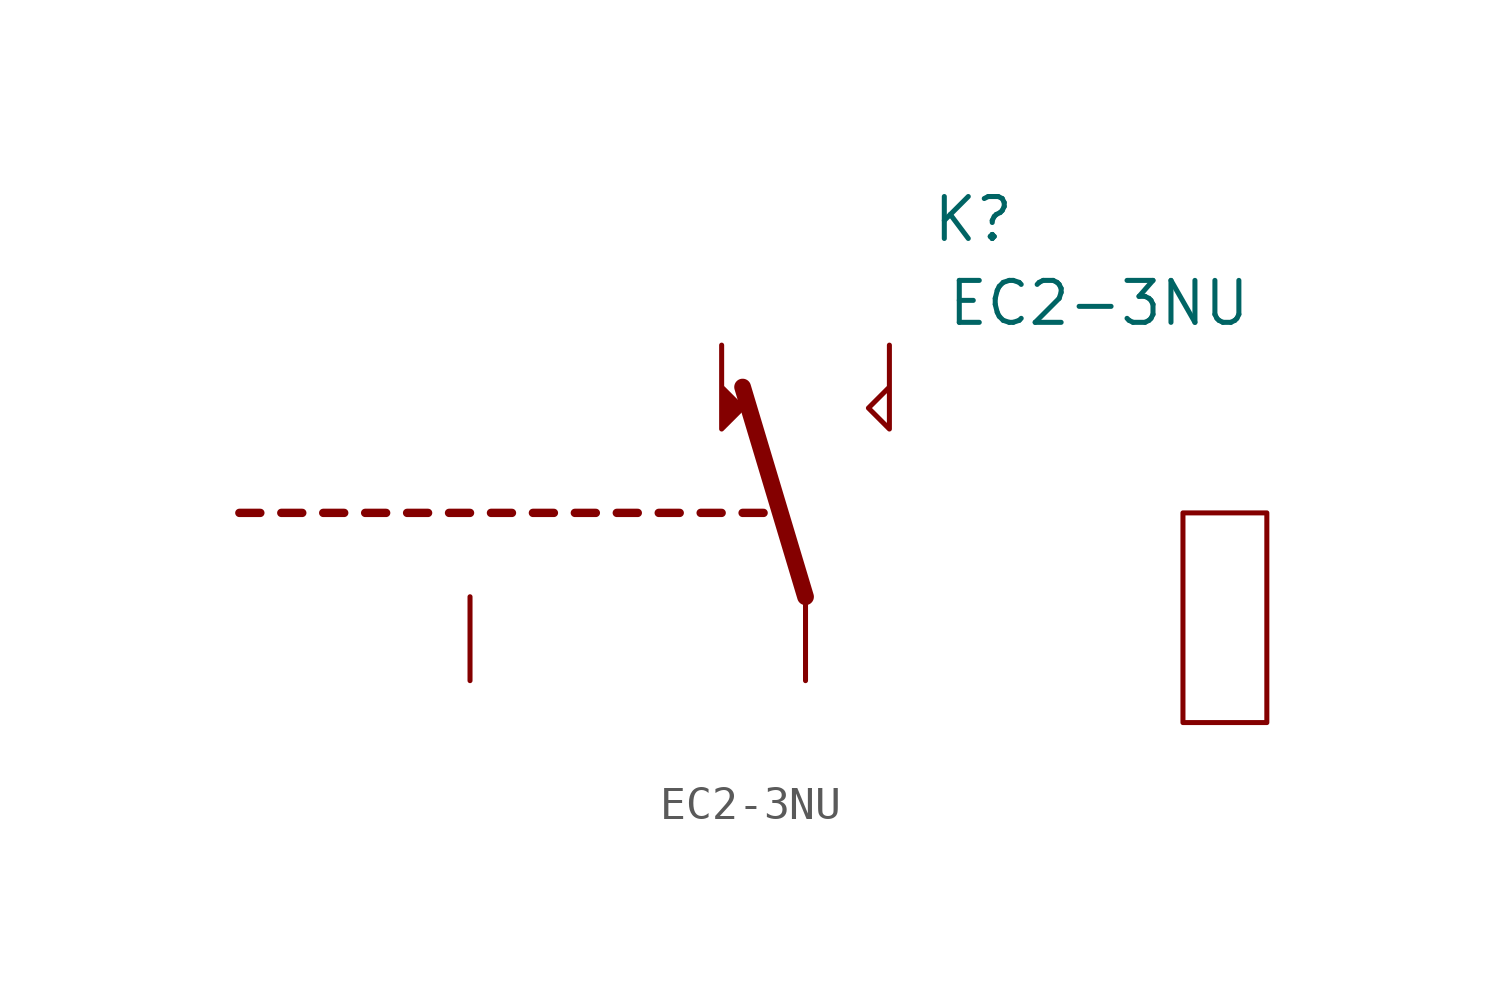
<source format=kicad_sym>
(kicad_symbol_lib
  (version 20211014)
  (generator kicad_symbol_editor)
  (symbol "EC2-3NU"
    (property "Reference" "K"
      (at 15.24 8.89 0)
      (effects (font (size 1.27 1.27))))
    (property "Value" "EC2-3NU"
      (at 19.05 6.35 0)
      (effects (font (size 1.27 1.27))))
    (symbol "EC2-3NU_0_1"
      (rectangle (start 21.59 0) (end 24.13 -6.35) (stroke (width 0) (type default) (color 0 0 0 0)) (fill (type none))))
    (symbol "EC2-3NU_1_1"
      (polyline (pts (xy -6.985 0) (xy -6.35 0)) (stroke (width 0.254) (type default) (color 0 0 0 0)) (fill (type none)))
      (polyline (pts (xy -5.715 0) (xy -5.08 0)) (stroke (width 0.254) (type default) (color 0 0 0 0)) (fill (type none)))
      (polyline (pts (xy -4.445 0) (xy -3.81 0)) (stroke (width 0.254) (type default) (color 0 0 0 0)) (fill (type none)))
      (polyline (pts (xy -3.175 0) (xy -2.54 0)) (stroke (width 0.254) (type default) (color 0 0 0 0)) (fill (type none)))
      (polyline (pts (xy -1.905 0) (xy -1.27 0)) (stroke (width 0.254) (type default) (color 0 0 0 0)) (fill (type none)))
      (polyline (pts (xy -0.635 0) (xy 0 0)) (stroke (width 0.254) (type default) (color 0 0 0 0)) (fill (type none)))
      (polyline (pts (xy 0 -2.54) (xy 0 -5.08)) (stroke (width 0) (type default) (color 0 0 0 0)) (fill (type none)))
      (polyline (pts (xy 0.635 0) (xy 1.27 0)) (stroke (width 0.254) (type default) (color 0 0 0 0)) (fill (type none)))
      (polyline (pts (xy 1.905 0) (xy 2.54 0)) (stroke (width 0.254) (type default) (color 0 0 0 0)) (fill (type none)))
      (polyline (pts (xy 3.175 0) (xy 3.81 0)) (stroke (width 0.254) (type default) (color 0 0 0 0)) (fill (type none)))
      (polyline (pts (xy 4.445 0) (xy 5.08 0)) (stroke (width 0.254) (type default) (color 0 0 0 0)) (fill (type none)))
      (polyline (pts (xy 5.715 0) (xy 6.35 0)) (stroke (width 0.254) (type default) (color 0 0 0 0)) (fill (type none)))
      (polyline (pts (xy 6.985 0) (xy 7.62 0)) (stroke (width 0.254) (type default) (color 0 0 0 0)) (fill (type none)))
      (polyline (pts (xy 8.255 0) (xy 8.89 0)) (stroke (width 0.254) (type default) (color 0 0 0 0)) (fill (type none)))
      (polyline (pts (xy 10.16 -2.54) (xy 8.255 3.81)) (stroke (width 0.508) (type default) (color 0 0 0 0)) (fill (type none)))
      (polyline (pts (xy 10.16 -2.54) (xy 10.16 -5.08)) (stroke (width 0) (type default) (color 0 0 0 0)) (fill (type none)))
      (polyline (pts (xy 7.62 5.08) (xy 7.62 2.54) (xy 8.255 3.175) (xy 7.62 3.81)) (stroke (width 0) (type default) (color 0 0 0 0)) (fill (type outline)))
      (polyline (pts (xy 12.7 5.08) (xy 12.7 2.54) (xy 12.065 3.175) (xy 12.7 3.81)) (stroke (width 0) (type default) (color 0 0 0 0)) (fill (type none))))))
</source>
